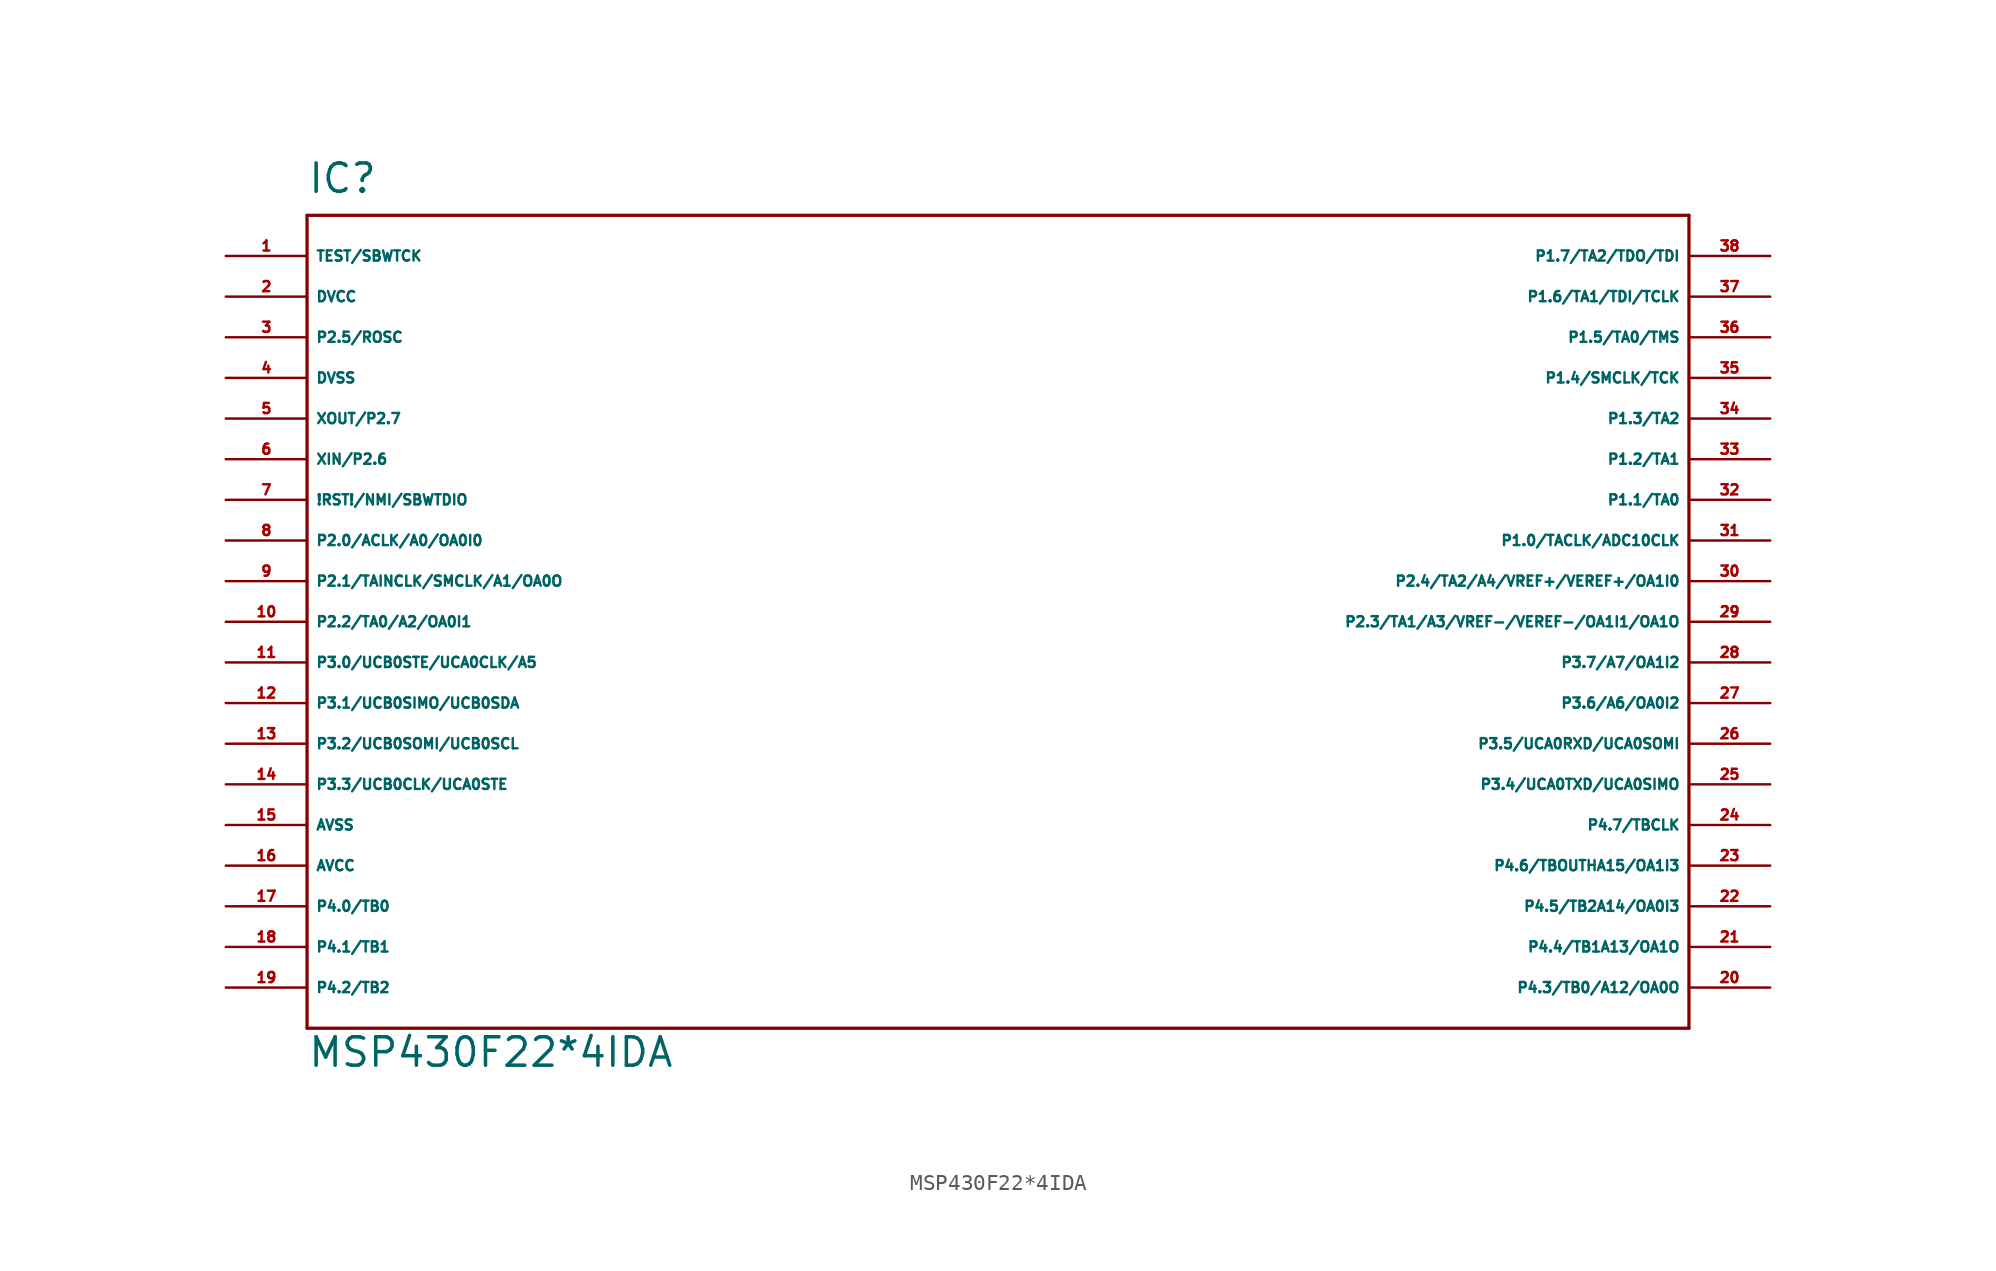
<source format=kicad_sym>
(kicad_symbol_lib
  (version 20220914)
  (generator Eagle2Kicad)
  (symbol "MSP430F22*4IDA"
    (property "Reference" "IC"
      (at -43.18 26.67 0)
      (effects (font (size 1.778 1.778) (thickness 0.22)) (justify left bottom)))
    (property "Value" "MSP430F22*4IDA"
      (at -43.18 -27.94 0)
      (effects (font (size 1.778 1.778) (thickness 0.22)) (justify left bottom)))
    (polyline
      (pts (xy -43.18 -25.4) (xy 43.18 -25.4))
      (stroke (width 0.203) (type default))
      (fill (type none)))
    (polyline
      (pts (xy 43.18 -25.4) (xy 43.18 25.4))
      (stroke (width 0.203) (type default))
      (fill (type none)))
    (polyline
      (pts (xy 43.18 25.4) (xy -43.18 25.4))
      (stroke (width 0.203) (type default))
      (fill (type none)))
    (polyline
      (pts (xy -43.18 25.4) (xy -43.18 -25.4))
      (stroke (width 0.203) (type default))
      (fill (type none)))
    (pin input line
      (at -48.26 22.86 0)
      (length 5.08)
      (name "TEST/SBWTCK" (effects (font (size 0.635 0.635) (thickness 0.08)) (justify left bottom)))
      (number "1" (effects (font (size 0.635 0.635) (thickness 0.08)) (justify left bottom))))
    (pin unspecified line
      (at -48.26 20.32 0)
      (length 5.08)
      (name "DVCC" (effects (font (size 0.635 0.635) (thickness 0.08)) (justify left bottom)))
      (number "2" (effects (font (size 0.635 0.635) (thickness 0.08)) (justify left bottom))))
    (pin bidirectional line
      (at -48.26 17.78 0)
      (length 5.08)
      (name "P2.5/ROSC" (effects (font (size 0.635 0.635) (thickness 0.08)) (justify left bottom)))
      (number "3" (effects (font (size 0.635 0.635) (thickness 0.08)) (justify left bottom))))
    (pin unspecified line
      (at -48.26 15.24 0)
      (length 5.08)
      (name "DVSS" (effects (font (size 0.635 0.635) (thickness 0.08)) (justify left bottom)))
      (number "4" (effects (font (size 0.635 0.635) (thickness 0.08)) (justify left bottom))))
    (pin bidirectional line
      (at -48.26 12.7 0)
      (length 5.08)
      (name "XOUT/P2.7" (effects (font (size 0.635 0.635) (thickness 0.08)) (justify left bottom)))
      (number "5" (effects (font (size 0.635 0.635) (thickness 0.08)) (justify left bottom))))
    (pin bidirectional line
      (at -48.26 10.16 0)
      (length 5.08)
      (name "XIN/P2.6" (effects (font (size 0.635 0.635) (thickness 0.08)) (justify left bottom)))
      (number "6" (effects (font (size 0.635 0.635) (thickness 0.08)) (justify left bottom))))
    (pin input line
      (at -48.26 7.62 0)
      (length 5.08)
      (name "!RST!/NMI/SBWTDIO" (effects (font (size 0.635 0.635) (thickness 0.08)) (justify left bottom)))
      (number "7" (effects (font (size 0.635 0.635) (thickness 0.08)) (justify left bottom))))
    (pin bidirectional line
      (at -48.26 5.08 0)
      (length 5.08)
      (name "P2.0/ACLK/A0/OA0I0" (effects (font (size 0.635 0.635) (thickness 0.08)) (justify left bottom)))
      (number "8" (effects (font (size 0.635 0.635) (thickness 0.08)) (justify left bottom))))
    (pin bidirectional line
      (at -48.26 2.54 0)
      (length 5.08)
      (name "P2.1/TAINCLK/SMCLK/A1/OA0O" (effects (font (size 0.635 0.635) (thickness 0.08)) (justify left bottom)))
      (number "9" (effects (font (size 0.635 0.635) (thickness 0.08)) (justify left bottom))))
    (pin bidirectional line
      (at -48.26 0 0)
      (length 5.08)
      (name "P2.2/TA0/A2/OA0I1" (effects (font (size 0.635 0.635) (thickness 0.08)) (justify left bottom)))
      (number "10" (effects (font (size 0.635 0.635) (thickness 0.08)) (justify left bottom))))
    (pin bidirectional line
      (at -48.26 -2.54 0)
      (length 5.08)
      (name "P3.0/UCB0STE/UCA0CLK/A5" (effects (font (size 0.635 0.635) (thickness 0.08)) (justify left bottom)))
      (number "11" (effects (font (size 0.635 0.635) (thickness 0.08)) (justify left bottom))))
    (pin bidirectional line
      (at -48.26 -5.08 0)
      (length 5.08)
      (name "P3.1/UCB0SIMO/UCB0SDA" (effects (font (size 0.635 0.635) (thickness 0.08)) (justify left bottom)))
      (number "12" (effects (font (size 0.635 0.635) (thickness 0.08)) (justify left bottom))))
    (pin bidirectional line
      (at -48.26 -7.62 0)
      (length 5.08)
      (name "P3.2/UCB0SOMI/UCB0SCL" (effects (font (size 0.635 0.635) (thickness 0.08)) (justify left bottom)))
      (number "13" (effects (font (size 0.635 0.635) (thickness 0.08)) (justify left bottom))))
    (pin bidirectional line
      (at -48.26 -10.16 0)
      (length 5.08)
      (name "P3.3/UCB0CLK/UCA0STE" (effects (font (size 0.635 0.635) (thickness 0.08)) (justify left bottom)))
      (number "14" (effects (font (size 0.635 0.635) (thickness 0.08)) (justify left bottom))))
    (pin unspecified line
      (at -48.26 -12.7 0)
      (length 5.08)
      (name "AVSS" (effects (font (size 0.635 0.635) (thickness 0.08)) (justify left bottom)))
      (number "15" (effects (font (size 0.635 0.635) (thickness 0.08)) (justify left bottom))))
    (pin unspecified line
      (at -48.26 -15.24 0)
      (length 5.08)
      (name "AVCC" (effects (font (size 0.635 0.635) (thickness 0.08)) (justify left bottom)))
      (number "16" (effects (font (size 0.635 0.635) (thickness 0.08)) (justify left bottom))))
    (pin bidirectional line
      (at -48.26 -17.78 0)
      (length 5.08)
      (name "P4.0/TB0" (effects (font (size 0.635 0.635) (thickness 0.08)) (justify left bottom)))
      (number "17" (effects (font (size 0.635 0.635) (thickness 0.08)) (justify left bottom))))
    (pin bidirectional line
      (at -48.26 -20.32 0)
      (length 5.08)
      (name "P4.1/TB1" (effects (font (size 0.635 0.635) (thickness 0.08)) (justify left bottom)))
      (number "18" (effects (font (size 0.635 0.635) (thickness 0.08)) (justify left bottom))))
    (pin bidirectional line
      (at -48.26 -22.86 0)
      (length 5.08)
      (name "P4.2/TB2" (effects (font (size 0.635 0.635) (thickness 0.08)) (justify left bottom)))
      (number "19" (effects (font (size 0.635 0.635) (thickness 0.08)) (justify left bottom))))
    (pin bidirectional line
      (at 48.26 -22.86 180)
      (length 5.08)
      (name "P4.3/TB0/A12/OA0O" (effects (font (size 0.635 0.635) (thickness 0.08)) (justify left bottom)))
      (number "20" (effects (font (size 0.635 0.635) (thickness 0.08)) (justify left bottom))))
    (pin bidirectional line
      (at 48.26 -20.32 180)
      (length 5.08)
      (name "P4.4/TB1A13/OA1O" (effects (font (size 0.635 0.635) (thickness 0.08)) (justify left bottom)))
      (number "21" (effects (font (size 0.635 0.635) (thickness 0.08)) (justify left bottom))))
    (pin bidirectional line
      (at 48.26 -17.78 180)
      (length 5.08)
      (name "P4.5/TB2A14/OA0I3" (effects (font (size 0.635 0.635) (thickness 0.08)) (justify left bottom)))
      (number "22" (effects (font (size 0.635 0.635) (thickness 0.08)) (justify left bottom))))
    (pin bidirectional line
      (at 48.26 -15.24 180)
      (length 5.08)
      (name "P4.6/TBOUTHA15/OA1I3" (effects (font (size 0.635 0.635) (thickness 0.08)) (justify left bottom)))
      (number "23" (effects (font (size 0.635 0.635) (thickness 0.08)) (justify left bottom))))
    (pin bidirectional line
      (at 48.26 -12.7 180)
      (length 5.08)
      (name "P4.7/TBCLK" (effects (font (size 0.635 0.635) (thickness 0.08)) (justify left bottom)))
      (number "24" (effects (font (size 0.635 0.635) (thickness 0.08)) (justify left bottom))))
    (pin bidirectional line
      (at 48.26 -10.16 180)
      (length 5.08)
      (name "P3.4/UCA0TXD/UCA0SIMO" (effects (font (size 0.635 0.635) (thickness 0.08)) (justify left bottom)))
      (number "25" (effects (font (size 0.635 0.635) (thickness 0.08)) (justify left bottom))))
    (pin bidirectional line
      (at 48.26 -7.62 180)
      (length 5.08)
      (name "P3.5/UCA0RXD/UCA0SOMI" (effects (font (size 0.635 0.635) (thickness 0.08)) (justify left bottom)))
      (number "26" (effects (font (size 0.635 0.635) (thickness 0.08)) (justify left bottom))))
    (pin bidirectional line
      (at 48.26 -5.08 180)
      (length 5.08)
      (name "P3.6/A6/OA0I2" (effects (font (size 0.635 0.635) (thickness 0.08)) (justify left bottom)))
      (number "27" (effects (font (size 0.635 0.635) (thickness 0.08)) (justify left bottom))))
    (pin bidirectional line
      (at 48.26 -2.54 180)
      (length 5.08)
      (name "P3.7/A7/OA1I2" (effects (font (size 0.635 0.635) (thickness 0.08)) (justify left bottom)))
      (number "28" (effects (font (size 0.635 0.635) (thickness 0.08)) (justify left bottom))))
    (pin bidirectional line
      (at 48.26 0 180)
      (length 5.08)
      (name "P2.3/TA1/A3/VREF-/VEREF-/OA1I1/OA1O" (effects (font (size 0.635 0.635) (thickness 0.08)) (justify left bottom)))
      (number "29" (effects (font (size 0.635 0.635) (thickness 0.08)) (justify left bottom))))
    (pin bidirectional line
      (at 48.26 2.54 180)
      (length 5.08)
      (name "P2.4/TA2/A4/VREF+/VEREF+/OA1I0" (effects (font (size 0.635 0.635) (thickness 0.08)) (justify left bottom)))
      (number "30" (effects (font (size 0.635 0.635) (thickness 0.08)) (justify left bottom))))
    (pin bidirectional line
      (at 48.26 5.08 180)
      (length 5.08)
      (name "P1.0/TACLK/ADC10CLK" (effects (font (size 0.635 0.635) (thickness 0.08)) (justify left bottom)))
      (number "31" (effects (font (size 0.635 0.635) (thickness 0.08)) (justify left bottom))))
    (pin bidirectional line
      (at 48.26 7.62 180)
      (length 5.08)
      (name "P1.1/TA0" (effects (font (size 0.635 0.635) (thickness 0.08)) (justify left bottom)))
      (number "32" (effects (font (size 0.635 0.635) (thickness 0.08)) (justify left bottom))))
    (pin bidirectional line
      (at 48.26 10.16 180)
      (length 5.08)
      (name "P1.2/TA1" (effects (font (size 0.635 0.635) (thickness 0.08)) (justify left bottom)))
      (number "33" (effects (font (size 0.635 0.635) (thickness 0.08)) (justify left bottom))))
    (pin bidirectional line
      (at 48.26 12.7 180)
      (length 5.08)
      (name "P1.3/TA2" (effects (font (size 0.635 0.635) (thickness 0.08)) (justify left bottom)))
      (number "34" (effects (font (size 0.635 0.635) (thickness 0.08)) (justify left bottom))))
    (pin bidirectional line
      (at 48.26 15.24 180)
      (length 5.08)
      (name "P1.4/SMCLK/TCK" (effects (font (size 0.635 0.635) (thickness 0.08)) (justify left bottom)))
      (number "35" (effects (font (size 0.635 0.635) (thickness 0.08)) (justify left bottom))))
    (pin bidirectional line
      (at 48.26 17.78 180)
      (length 5.08)
      (name "P1.5/TA0/TMS" (effects (font (size 0.635 0.635) (thickness 0.08)) (justify left bottom)))
      (number "36" (effects (font (size 0.635 0.635) (thickness 0.08)) (justify left bottom))))
    (pin bidirectional line
      (at 48.26 20.32 180)
      (length 5.08)
      (name "P1.6/TA1/TDI/TCLK" (effects (font (size 0.635 0.635) (thickness 0.08)) (justify left bottom)))
      (number "37" (effects (font (size 0.635 0.635) (thickness 0.08)) (justify left bottom))))
    (pin bidirectional line
      (at 48.26 22.86 180)
      (length 5.08)
      (name "P1.7/TA2/TDO/TDI" (effects (font (size 0.635 0.635) (thickness 0.08)) (justify left bottom)))
      (number "38" (effects (font (size 0.635 0.635) (thickness 0.08)) (justify left bottom))))))
</source>
